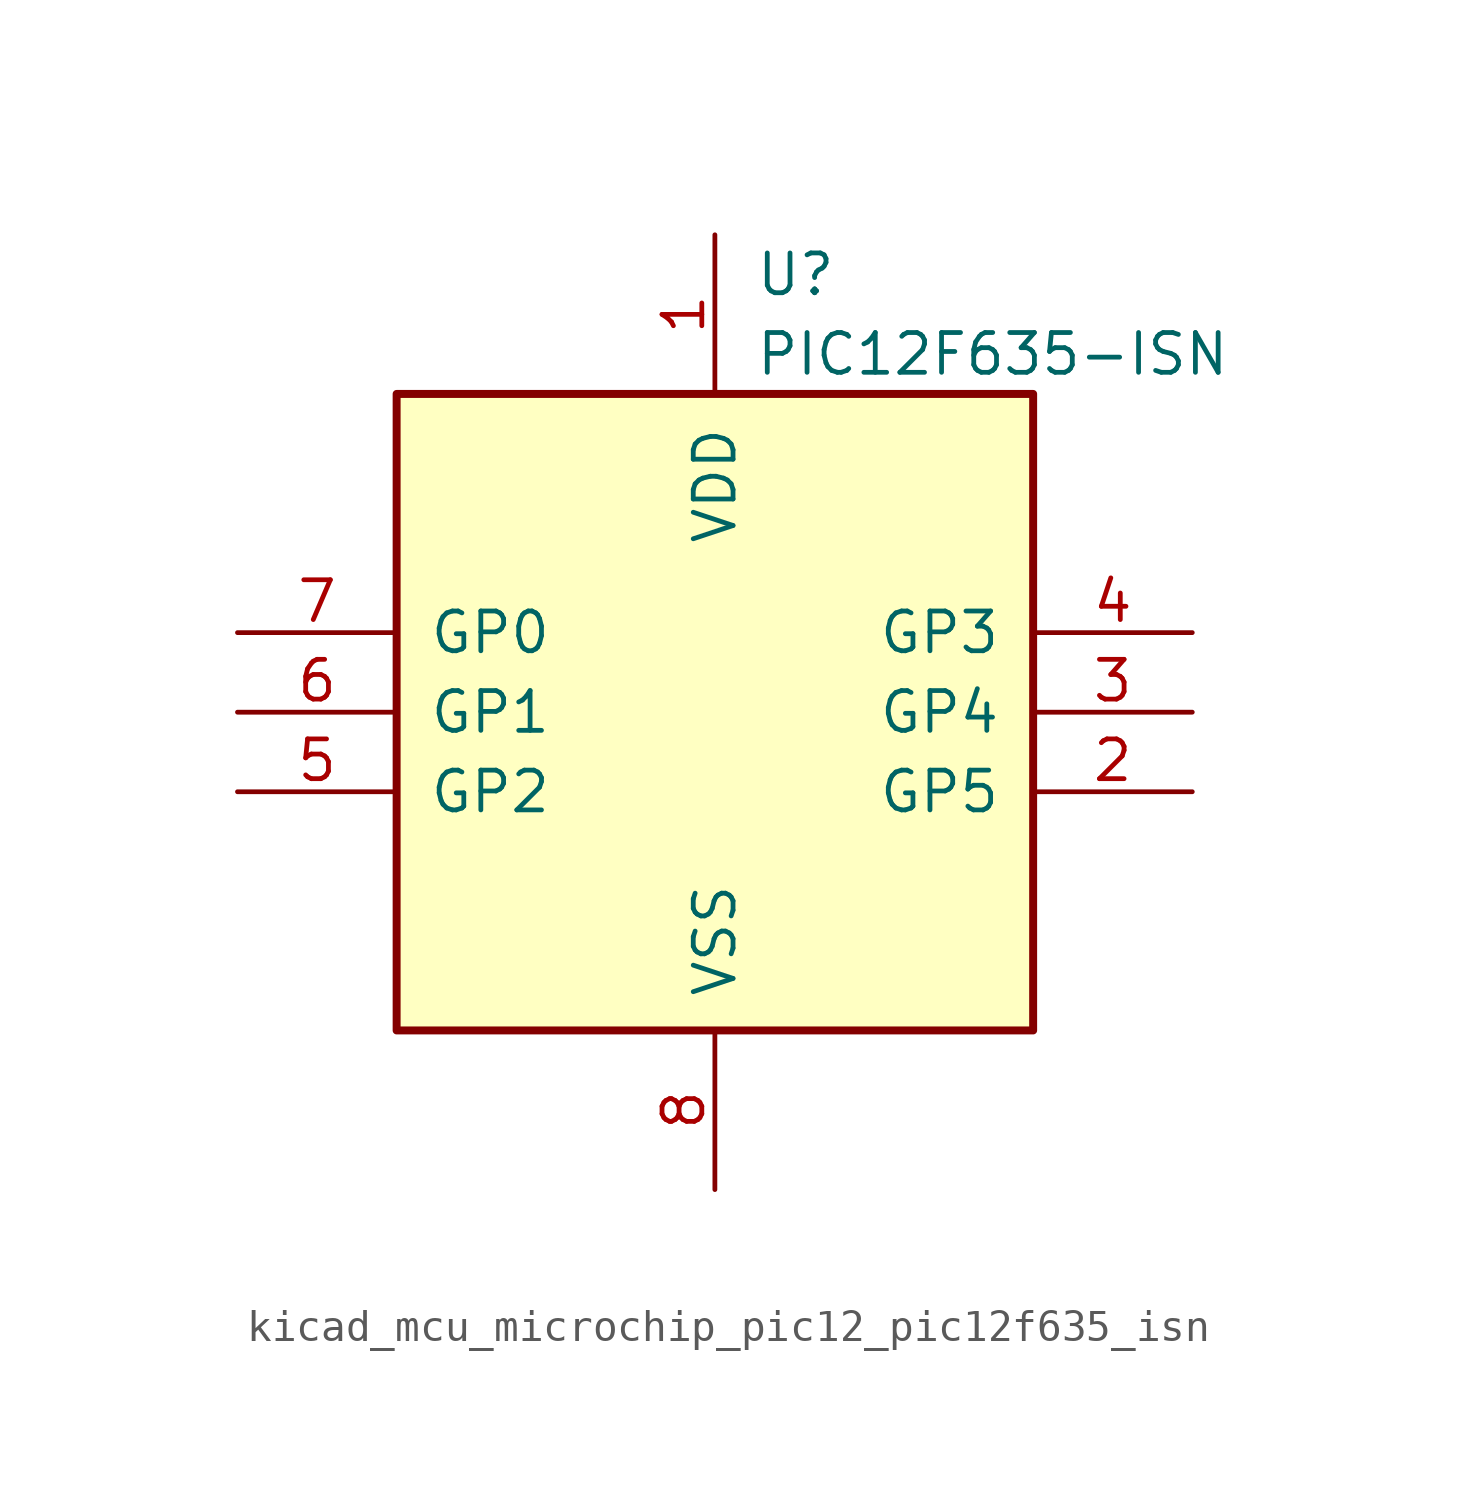
<source format=kicad_sym>
(kicad_symbol_lib
  (version 20220914)
  (generator kicad_symbol_editor)
  (symbol "kicad_mcu_microchip_pic12_pic12f635_isn"
    (pin_names
      (offset 1.016))
    (property "Reference" "U"
      (at 1.27 13.97 0)
      (effects (font (size 1.27 1.27)) (justify left)))
    (property "Value" "PIC12F635-ISN"
      (at 1.27 11.43 0)
      (effects (font (size 1.27 1.27)) (justify left)))
    (symbol "kicad_mcu_microchip_pic12_pic12f635_isn_0_1"
      (rectangle (start 10.16 -10.16) (end -10.16 10.16) (stroke (width 0.254) (type default)) (fill (type background))))
    (symbol "kicad_mcu_microchip_pic12_pic12f635_isn_1_1"
      (pin power_in line (at 0 15.24 270) (length 5.08) (name "VDD" (effects (font (size 1.27 1.27)))) (number "1" (effects (font (size 1.27 1.27)))))
      (pin bidirectional line (at 15.24 -2.54 180) (length 5.08) (name "GP5" (effects (font (size 1.27 1.27)))) (number "2" (effects (font (size 1.27 1.27)))))
      (pin bidirectional line (at 15.24 0 180) (length 5.08) (name "GP4" (effects (font (size 1.27 1.27)))) (number "3" (effects (font (size 1.27 1.27)))))
      (pin input line (at 15.24 2.54 180) (length 5.08) (name "GP3" (effects (font (size 1.27 1.27)))) (number "4" (effects (font (size 1.27 1.27)))))
      (pin bidirectional line (at -15.24 -2.54 0) (length 5.08) (name "GP2" (effects (font (size 1.27 1.27)))) (number "5" (effects (font (size 1.27 1.27)))))
      (pin bidirectional line (at -15.24 0 0) (length 5.08) (name "GP1" (effects (font (size 1.27 1.27)))) (number "6" (effects (font (size 1.27 1.27)))))
      (pin bidirectional line (at -15.24 2.54 0) (length 5.08) (name "GP0" (effects (font (size 1.27 1.27)))) (number "7" (effects (font (size 1.27 1.27)))))
      (pin power_in line (at 0 -15.24 90) (length 5.08) (name "VSS" (effects (font (size 1.27 1.27)))) (number "8" (effects (font (size 1.27 1.27))))))))
</source>
